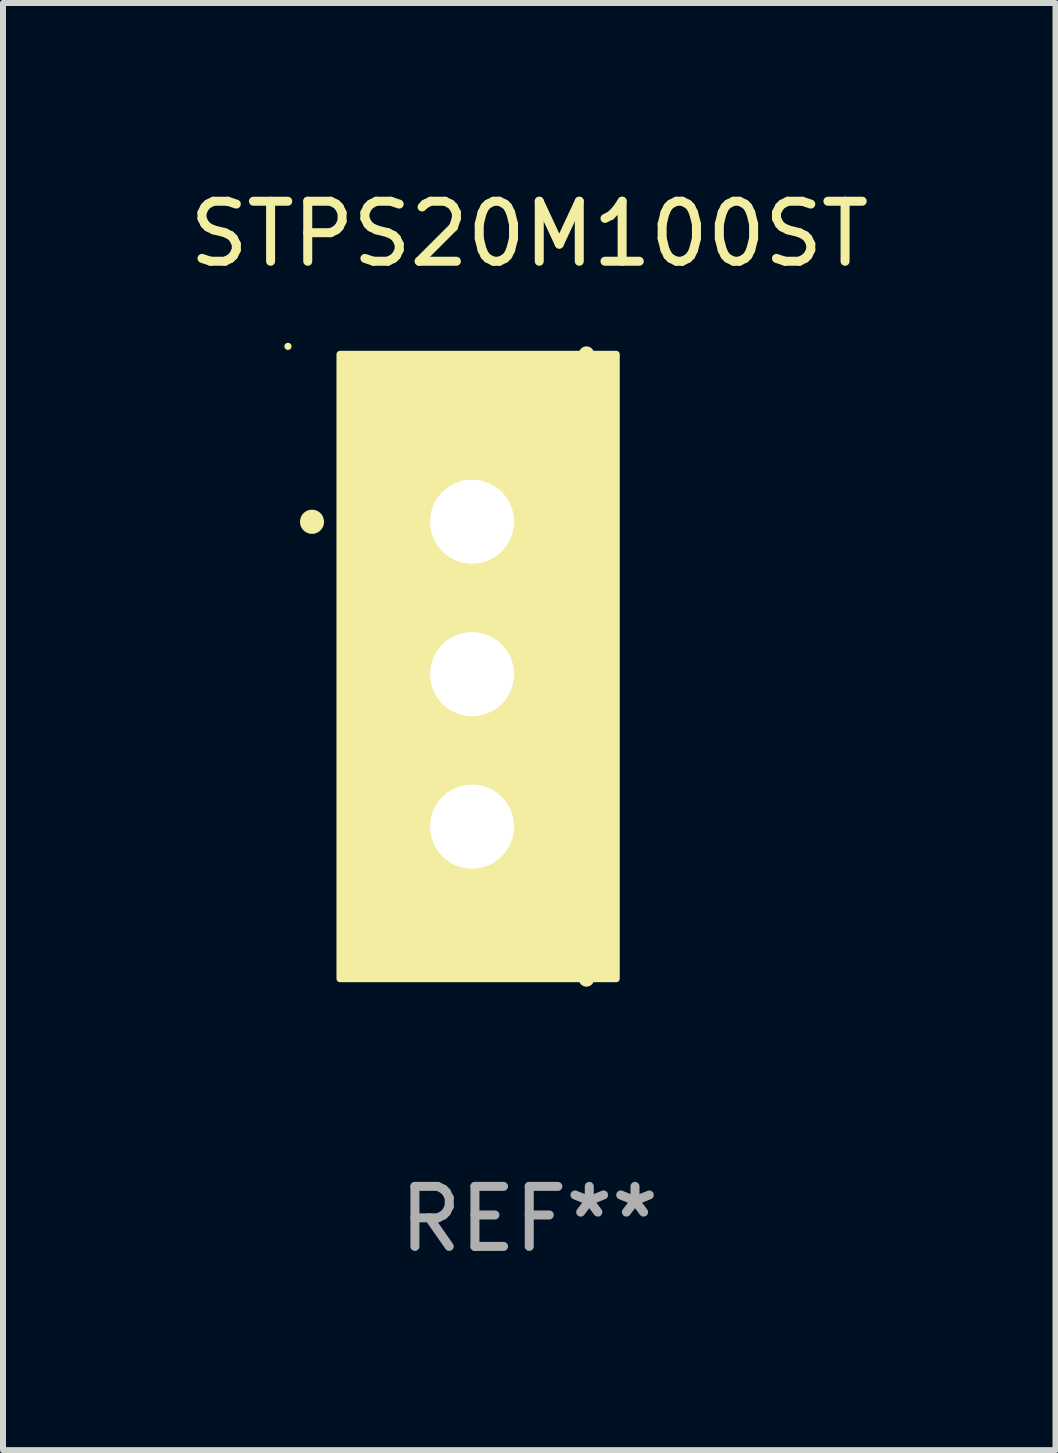
<source format=kicad_pcb>
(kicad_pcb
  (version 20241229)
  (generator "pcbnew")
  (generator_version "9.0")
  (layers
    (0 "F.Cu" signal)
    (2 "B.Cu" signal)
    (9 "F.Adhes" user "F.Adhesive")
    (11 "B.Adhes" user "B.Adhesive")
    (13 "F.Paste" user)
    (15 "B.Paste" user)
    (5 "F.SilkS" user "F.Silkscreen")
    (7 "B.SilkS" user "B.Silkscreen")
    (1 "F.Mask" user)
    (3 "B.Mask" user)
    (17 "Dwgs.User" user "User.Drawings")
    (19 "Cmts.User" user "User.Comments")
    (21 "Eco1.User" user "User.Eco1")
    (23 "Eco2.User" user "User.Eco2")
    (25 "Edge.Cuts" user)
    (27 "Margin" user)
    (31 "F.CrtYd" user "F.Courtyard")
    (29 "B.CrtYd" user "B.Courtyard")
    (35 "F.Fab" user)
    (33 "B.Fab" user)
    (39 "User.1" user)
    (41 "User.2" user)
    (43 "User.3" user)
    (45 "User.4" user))
  (footprint "STPS20M100ST"
    (layer "F.Cu")
    (at 5.768 8.055)
    (property "Reference" "STPS20M100ST" (at 0 -7.207 0) (layer "F.SilkS") (effects (font (size 1 1) (thickness 0.15))))
    (attr through_hole)
    (fp_line (start 0.953 5.207) (end 0.953 -5.207) (stroke (width 0.254) (type solid)) (layer "F.SilkS"))
    (fp_arc (start -3.619507 -2.410465) (mid -3.619511 -2.411735) (end -3.619507 -2.413005) (stroke (width 0.4) (type solid)) (layer "F.SilkS"))
    (fp_circle (center -4.02 -5.334) (end -3.99 -5.334) (stroke (width 0.06) (type solid)) (fill no) (layer "F.SilkS"))
    (fp_poly (pts (xy -3.152 -5.2) (xy 1.448 -5.2) (xy 1.448 5.2) (xy -3.152 5.2)) (stroke (width 0.12) (type solid)) (fill yes) (layer "F.SilkS"))
    (fp_text user "REF**" (at 0 9.207 0) (layer "F.Fab") (effects (font (size 1 1) (thickness 0.15))))
    (pad "1" thru_hole rect (at -0.953 -2.413 270) (size 2 2.5) (drill 1.4) (layers "*.Cu" "*.Mask"))
    (pad "2" thru_hole oval (at -0.953 0.127 270) (size 2 2.5) (drill 1.4) (layers "*.Cu" "*.Mask"))
    (pad "3" thru_hole oval (at -0.953 2.667 270) (size 2 2.5) (drill 1.4) (layers "*.Cu" "*.Mask")))
  (gr_rect
    (start -3 -3)
    (end 14.536 21.111)
    (stroke (width 0.1) (type default))
    (fill no)
    (layer "Edge.Cuts")))
</source>
